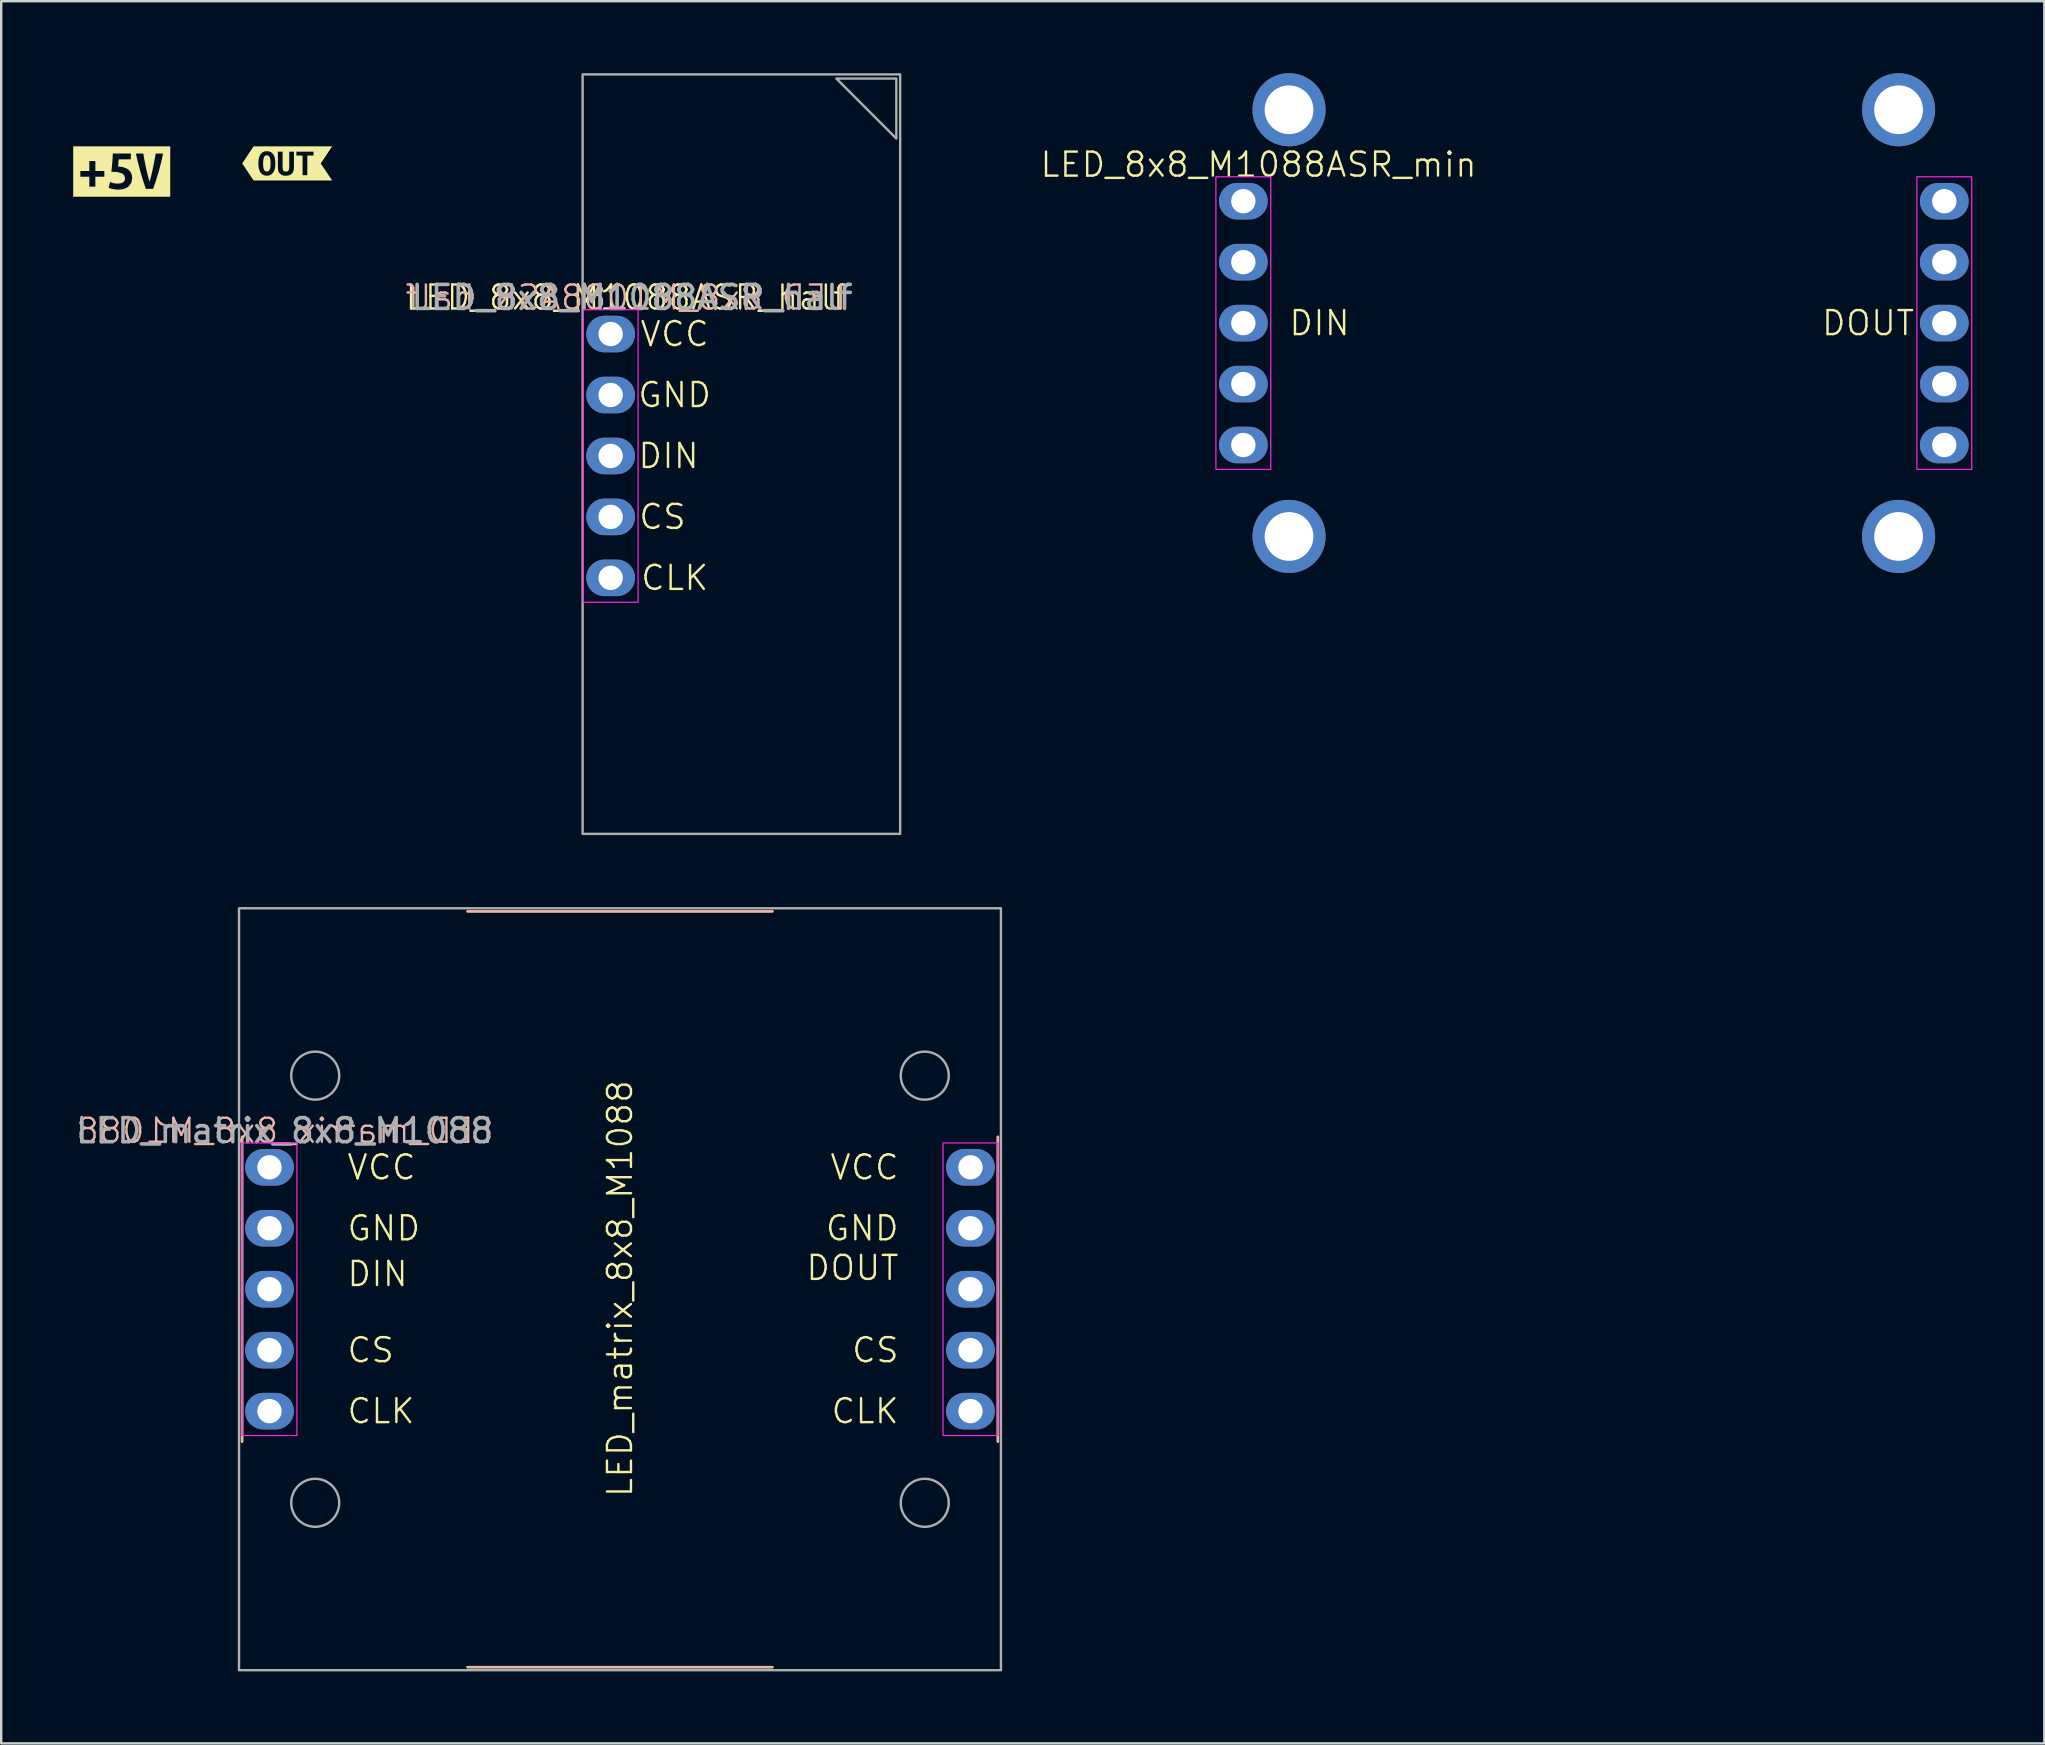
<source format=kicad_pcb>
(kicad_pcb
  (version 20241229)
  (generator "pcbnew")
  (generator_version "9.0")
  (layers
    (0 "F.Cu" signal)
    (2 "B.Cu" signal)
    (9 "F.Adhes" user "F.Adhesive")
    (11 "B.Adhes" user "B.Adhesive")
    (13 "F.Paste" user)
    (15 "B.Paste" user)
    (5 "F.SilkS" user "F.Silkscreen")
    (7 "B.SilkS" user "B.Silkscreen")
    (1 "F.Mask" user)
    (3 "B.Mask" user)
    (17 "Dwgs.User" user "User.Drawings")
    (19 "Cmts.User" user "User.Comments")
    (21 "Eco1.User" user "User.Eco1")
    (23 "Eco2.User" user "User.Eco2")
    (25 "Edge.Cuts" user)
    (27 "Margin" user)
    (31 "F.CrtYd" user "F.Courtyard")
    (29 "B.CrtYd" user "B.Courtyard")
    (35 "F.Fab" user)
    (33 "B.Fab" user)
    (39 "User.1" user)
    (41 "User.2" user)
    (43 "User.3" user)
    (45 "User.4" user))
  (footprint "LED_8x8_M1088ASR_min"
    (layer "F.Cu")
    (at 63.366 10.414)
    (property "Reference" "LED_8x8_M1088ASR_min" (at -13.97 -6.604 0) (unlocked yes) (layer "F.SilkS") (effects (font (size 1 1) (thickness 0.1))))
    (attr smd)
    (fp_rect (start -15.748 -6.096) (end -13.462 6.096) (stroke (width 0.05) (type default)) (fill no) (layer "F.CrtYd"))
    (fp_rect (start 13.462 -6.096) (end 15.748 6.096) (stroke (width 0.05) (type default)) (fill no) (layer "F.CrtYd"))
    (fp_text user "DOUT" (at 11.43 0 0) (unlocked yes) (layer "F.SilkS") (effects (font (size 1 1) (thickness 0.1))))
    (fp_text user "DIN" (at -11.43 0 0) (unlocked yes) (layer "F.SilkS") (effects (font (size 1 1) (thickness 0.1))))
    (pad "" np_thru_hole circle (at -12.7 -8.89) (size 3.048 3.048) (drill 2.032) (layers "*.Cu" "*.Mask"))
    (pad "" np_thru_hole circle (at -12.7 8.89) (size 3.048 3.048) (drill 2.032) (layers "*.Cu" "*.Mask"))
    (pad "" np_thru_hole circle (at 12.7 -8.89) (size 3.048 3.048) (drill 2.032) (layers "*.Cu" "*.Mask"))
    (pad "" np_thru_hole circle (at 12.7 8.89) (size 3.048 3.048) (drill 2.032) (layers "*.Cu" "*.Mask"))
    (pad "CLK" thru_hole oval (at -14.605 5.08 180) (size 2.032 1.524) (drill 1.016) (layers "*.Cu" "*.Mask"))
    (pad "CLK" thru_hole oval (at 14.605 5.08 180) (size 2.032 1.524) (drill 1.016) (layers "*.Cu" "*.Mask"))
    (pad "CS" thru_hole oval (at -14.605 2.54 180) (size 2.032 1.524) (drill 1.016) (layers "*.Cu" "*.Mask"))
    (pad "CS" thru_hole oval (at 14.605 2.54 180) (size 2.032 1.524) (drill 1.016) (layers "*.Cu" "*.Mask"))
    (pad "DIN" thru_hole oval (at -14.605 0 180) (size 2.032 1.524) (drill 1.016) (layers "*.Cu" "*.Mask"))
    (pad "DOUT" thru_hole oval (at 14.605 0 180) (size 2.032 1.524) (drill 1.016) (layers "*.Cu" "*.Mask"))
    (pad "GND" thru_hole oval (at -14.605 -2.54 180) (size 2.032 1.524) (drill 1.016) (layers "*.Cu" "*.Mask"))
    (pad "GND" thru_hole oval (at 14.605 -2.54 180) (size 2.032 1.524) (drill 1.016) (layers "*.Cu" "*.Mask"))
    (pad "VCC" thru_hole oval (at -14.605 -5.08 180) (size 2.032 1.524) (drill 1.016) (layers "*.Cu" "*.Mask"))
    (pad "VCC" thru_hole oval (at 14.605 -5.08 180) (size 2.032 1.524) (drill 1.016) (layers "*.Cu" "*.Mask")))
  (footprint "LED_8x8_M1088ASR_half"
    (layer "F.Cu")
    (at 37.001 15.95)
    (property "Reference" "LED_8x8_M1088ASR_half" (at -13.97 -6.604 0) (unlocked yes) (layer "F.SilkS") (effects (font (size 1 1) (thickness 0.1))))
    (attr smd)
    (fp_rect (start -15.748 -6.096) (end -13.462 6.096) (stroke (width 0.05) (type default)) (fill no) (layer "F.CrtYd"))
    (fp_rect (start -15.773 -15.9) (end -2.54 15.748) (stroke (width 0.1) (type default)) (fill no) (layer "F.Fab"))
    (fp_poly (pts (xy -2.7 -15.728) (xy -2.7 -13.228) (xy -5.2 -15.728)) (stroke (width 0.1) (type solid)) (fill no) (layer "F.Fab"))
    (fp_text user "GND" (at -11.938 -2.54 0) (unlocked yes) (layer "F.SilkS") (effects (font (size 1 1) (thickness 0.1))))
    (fp_text user "CS" (at -12.446 2.54 0) (unlocked yes) (layer "F.SilkS") (effects (font (size 1 1) (thickness 0.1))))
    (fp_text user "CLK" (at -11.938 5.08 0) (unlocked yes) (layer "F.SilkS") (effects (font (size 1 1) (thickness 0.1))))
    (fp_text user "VCC" (at -11.938 -5.08 0) (unlocked yes) (layer "F.SilkS") (effects (font (size 1 1) (thickness 0.1))))
    (fp_text user "DIN" (at -12.192 0 0) (unlocked yes) (layer "F.SilkS") (effects (font (size 1 1) (thickness 0.1))))
    (fp_text user "${REFERENCE}" (at -13.97 -6.604 0) (unlocked yes) (layer "B.SilkS") (effects (font (size 1 1) (thickness 0.1)) (justify mirror)))
    (fp_text user "${REFERENCE}" (at -13.716 -6.604 0) (unlocked yes) (layer "F.Fab") (effects (font (size 1 1) (thickness 0.15))))
    (pad "CLK" thru_hole oval (at -14.605 5.08 180) (size 2.032 1.524) (drill 1.016) (layers "*.Cu" "*.Mask"))
    (pad "CS" thru_hole oval (at -14.605 2.54 180) (size 2.032 1.524) (drill 1.016) (layers "*.Cu" "*.Mask"))
    (pad "DIN" thru_hole oval (at -14.605 0 180) (size 2.032 1.524) (drill 1.016) (layers "*.Cu" "*.Mask"))
    (pad "GND" thru_hole oval (at -14.605 -2.54 180) (size 2.032 1.524) (drill 1.016) (layers "*.Cu" "*.Mask"))
    (pad "VCC" thru_hole oval (at -14.605 -5.08 180) (size 2.032 1.524) (drill 1.016) (layers "*.Cu" "*.Mask")))
  (footprint "kibuzzard-646138D8"
    (layer "F.Cu")
    (at 8.917 3.76)
    (property "Reference" "kibuzzard-646138D8" (at 0 -3.759 0) (layer "F.SilkS") (effects (font (size 0.001 0.001) (thickness 0.15))))
    (attr board_only exclude_from_pos_files exclude_from_bom)
    (fp_poly (pts (xy -1.003 0) (xy -1.001 0.069) (xy -0.997 0.134) (xy -0.975 0.243) (xy -0.928 0.316) (xy -0.847 0.343) (xy -0.767 0.316) (xy -0.719 0.242) (xy -0.697 0.133) (xy -0.693 0.069) (xy -0.691 0) (xy -0.693 -0.069) (xy -0.697 -0.134) (xy -0.719 -0.243) (xy -0.766 -0.316) (xy -0.847 -0.343) (xy -0.928 -0.316) (xy -0.975 -0.242) (xy -0.997 -0.133) (xy -1.001 -0.069) (xy -1.003 0)) (stroke (width 0) (type solid)) (fill yes) (layer "F.SilkS"))
    (fp_poly (pts (xy -1.201 -0.711) (xy -1.399 -0.711) (xy -1.874 0) (xy -1.399 0.711) (xy -1.201 0.711) (xy -0.845 0.711) (xy -0.845 0.513) (xy -0.952 0.498) (xy -1.04 0.455) (xy -1.11 0.383) (xy -1.15 0.311) (xy -1.178 0.223) (xy -1.195 0.119) (xy -1.201 0) (xy -1.195 -0.119) (xy -1.178 -0.223) (xy -1.148 -0.311) (xy -1.107 -0.383) (xy -1.037 -0.455) (xy -0.95 -0.498) (xy -0.847 -0.513) (xy -0.741 -0.498) (xy -0.653 -0.455) (xy -0.584 -0.383) (xy -0.544 -0.311) (xy -0.516 -0.223) (xy -0.499 -0.119) (xy -0.493 0) (xy -0.499 0.119) (xy -0.516 0.223) (xy -0.545 0.311) (xy -0.585 0.383) (xy -0.655 0.455) (xy -0.742 0.498) (xy -0.845 0.513) (xy -0.845 0.711) (xy -0.056 0.711) (xy -0.056 0.513) (xy -0.144 0.506) (xy -0.216 0.487) (xy -0.318 0.411) (xy -0.351 0.357) (xy -0.372 0.292) (xy -0.384 0.218) (xy -0.388 0.137) (xy -0.388 -0.491) (xy -0.191 -0.491) (xy -0.191 0.124) (xy -0.185 0.228) (xy -0.164 0.295) (xy -0.122 0.332) (xy -0.053 0.343) (xy 0.015 0.332) (xy 0.058 0.294) (xy 0.08 0.226) (xy 0.086 0.122) (xy 0.086 -0.491) (xy 0.282 -0.491) (xy 0.282 0.137) (xy 0.278 0.218) (xy 0.266 0.292) (xy 0.244 0.357) (xy 0.21 0.411) (xy 0.164 0.455) (xy 0.105 0.487) (xy 0.032 0.506) (xy -0.056 0.513) (xy -0.056 0.711) (xy 0.839 0.711) (xy 0.839 0.492) (xy 0.642 0.492) (xy 0.642 -0.329) (xy 0.383 -0.329) (xy 0.383 -0.491) (xy 1.098 -0.491) (xy 1.098 -0.329) (xy 0.839 -0.329) (xy 0.839 0.492) (xy 0.839 0.711) (xy 1.201 0.711) (xy 1.399 0.711) (xy 1.874 0.711) (xy 1.399 0) (xy 1.874 -0.711) (xy 1.399 -0.711) (xy 1.201 -0.711) (xy -1.201 -0.711)) (stroke (width 0) (type solid)) (fill yes) (layer "F.SilkS")))
  (footprint "kibuzzard-646130BB"
    (layer "F.Cu")
    (at 2.022 4.099)
    (property "Reference" "kibuzzard-646130BB" (at 0 -4.098 0) (layer "F.SilkS") (effects (font (size 0.001 0.001) (thickness 0.15))))
    (attr board_only exclude_from_pos_files exclude_from_bom)
    (fp_poly (pts (xy -1.724 -1.05) (xy -2.022 -1.05) (xy -2.022 1.05) (xy -1.724 1.05) (xy -1.098 1.05) (xy -1.098 0.631) (xy -1.35 0.631) (xy -1.35 0.217) (xy -1.724 0.217) (xy -1.724 -0.024) (xy -1.35 -0.024) (xy -1.35 -0.438) (xy -1.098 -0.438) (xy -1.098 -0.024) (xy -0.724 -0.024) (xy -0.724 0.217) (xy -1.098 0.217) (xy -1.098 0.631) (xy -1.098 1.05) (xy -0.148 1.05) (xy -0.148 0.752) (xy -0.264 0.745) (xy -0.379 0.727) (xy -0.477 0.702) (xy -0.545 0.676) (xy -0.486 0.433) (xy -0.352 0.481) (xy -0.261 0.497) (xy -0.15 0.502) (xy -0.008 0.483) (xy 0.08 0.435) (xy 0.124 0.367) (xy 0.136 0.288) (xy 0.115 0.175) (xy 0.035 0.087) (xy -0.138 0.03) (xy -0.267 0.015) (xy -0.431 0.01) (xy -0.41 -0.188) (xy -0.393 -0.382) (xy -0.38 -0.571) (xy -0.371 -0.752) (xy 0.381 -0.752) (xy 0.381 -0.51) (xy -0.126 -0.51) (xy -0.138 -0.35) (xy -0.15 -0.214) (xy 0.03 -0.19) (xy 0.177 -0.142) (xy 0.291 -0.071) (xy 0.371 0.022) (xy 0.42 0.138) (xy 0.436 0.276) (xy 0.4 0.466) (xy 0.291 0.617) (xy 0.208 0.674) (xy 0.107 0.717) (xy -0.011 0.744) (xy -0.148 0.752) (xy -0.148 1.05) (xy 1.005 1.05) (xy 1.005 0.722) (xy 0.946 0.546) (xy 0.883 0.35) (xy 0.841 0.212) (xy 0.801 0.074) (xy 0.762 -0.063) (xy 0.725 -0.198) (xy 0.691 -0.328) (xy 0.66 -0.452) (xy 0.62 -0.619) (xy 0.593 -0.752) (xy 0.902 -0.752) (xy 0.92 -0.629) (xy 0.945 -0.487) (xy 0.975 -0.333) (xy 1.008 -0.175) (xy 1.044 -0.015) (xy 1.082 0.142) (xy 1.121 0.29) (xy 1.16 0.421) (xy 1.198 0.291) (xy 1.236 0.144) (xy 1.273 -0.013) (xy 1.307 -0.173) (xy 1.339 -0.331) (xy 1.369 -0.486) (xy 1.395 -0.629) (xy 1.417 -0.752) (xy 1.724 -0.752) (xy 1.692 -0.601) (xy 1.654 -0.433) (xy 1.609 -0.253) (xy 1.559 -0.063) (xy 1.522 0.067) (xy 1.482 0.199) (xy 1.441 0.332) (xy 1.397 0.465) (xy 1.353 0.595) (xy 1.307 0.722) (xy 1.005 0.722) (xy 1.005 1.05) (xy 1.724 1.05) (xy 2.022 1.05) (xy 2.022 -1.05) (xy 1.724 -1.05) (xy -1.724 -1.05)) (stroke (width 0) (type solid)) (fill yes) (layer "F.SilkS")))
  (footprint "LED_matrix_8x8_M1088"
    (layer "F.Cu")
    (at 22.785 50.673)
    (property "Reference" "LED_matrix_8x8_M1088" (at 0 -0.025 90) (unlocked yes) (layer "F.SilkS") (effects (font (size 1 1) (thickness 0.1))))
    (attr smd)
    (fp_line (start -15.748 -6.35) (end -15.748 6.35) (stroke (width 0.1) (type default)) (layer "F.SilkS"))
    (fp_line (start -6.35 -15.748) (end 6.35 -15.748) (stroke (width 0.1) (type default)) (layer "F.SilkS"))
    (fp_line (start -6.35 15.748) (end 6.35 15.748) (stroke (width 0.1) (type default)) (layer "F.SilkS"))
    (fp_line (start 15.748 -6.35) (end 15.748 6.35) (stroke (width 0.1) (type default)) (layer "F.SilkS"))
    (fp_line (start -15.748 6.35) (end -15.748 -6.35) (stroke (width 0.1) (type default)) (layer "B.SilkS"))
    (fp_line (start -6.35 -15.748) (end 6.35 -15.748) (stroke (width 0.1) (type default)) (layer "B.SilkS"))
    (fp_line (start 6.35 15.748) (end -6.35 15.748) (stroke (width 0.1) (type default)) (layer "B.SilkS"))
    (fp_line (start 15.748 -6.35) (end 15.748 6.35) (stroke (width 0.1) (type default)) (layer "B.SilkS"))
    (fp_rect (start -15.748 -6.096) (end -13.462 6.096) (stroke (width 0.05) (type default)) (fill no) (layer "F.CrtYd"))
    (fp_rect (start 13.462 -6.096) (end 15.748 6.096) (stroke (width 0.05) (type default)) (fill no) (layer "F.CrtYd"))
    (fp_rect (start 15.875 15.875) (end -15.875 -15.875) (stroke (width 0.1) (type default)) (fill no) (layer "F.Fab"))
    (fp_circle (center -12.7 -8.9) (end -11.7 -8.9) (stroke (width 0.1) (type default)) (fill no) (layer "F.Fab"))
    (fp_circle (center -12.7 8.9) (end -11.7 8.9) (stroke (width 0.1) (type default)) (fill no) (layer "F.Fab"))
    (fp_circle (center 12.7 -8.9) (end 13.7 -8.9) (stroke (width 0.1) (type default)) (fill no) (layer "F.Fab"))
    (fp_circle (center 12.7 8.9) (end 13.7 8.9) (stroke (width 0.1) (type default)) (fill no) (layer "F.Fab"))
    (fp_text user "VCC" (at -11.43 -5.08 0) (unlocked yes) (layer "F.SilkS") (effects (font (size 1 1) (thickness 0.1)) (justify left)))
    (fp_text user "CLK" (at -11.43 5.08 0) (unlocked yes) (layer "F.SilkS") (effects (font (size 1 1) (thickness 0.1)) (justify left)))
    (fp_text user "VCC" (at 11.684 -5.08 0) (unlocked yes) (layer "F.SilkS") (effects (font (size 1 1) (thickness 0.1)) (justify right)))
    (fp_text user "GND" (at 11.684 -2.54 0) (unlocked yes) (layer "F.SilkS") (effects (font (size 1 1) (thickness 0.1)) (justify right)))
    (fp_text user "CLK" (at 11.684 5.08 0) (unlocked yes) (layer "F.SilkS") (effects (font (size 1 1) (thickness 0.1)) (justify right)))
    (fp_text user "DOUT" (at 11.684 -0.889 0) (unlocked yes) (layer "F.SilkS") (effects (font (size 1 1) (thickness 0.1)) (justify right)))
    (fp_text user "CS" (at -11.43 2.54 0) (unlocked yes) (layer "F.SilkS") (effects (font (size 1 1) (thickness 0.1)) (justify left)))
    (fp_text user "DIN" (at -11.43 -0.635 0) (unlocked yes) (layer "F.SilkS") (effects (font (size 1 1) (thickness 0.1)) (justify left)))
    (fp_text user "CS" (at 11.684 2.54 0) (unlocked yes) (layer "F.SilkS") (effects (font (size 1 1) (thickness 0.1)) (justify right)))
    (fp_text user "GND" (at -11.43 -2.54 0) (unlocked yes) (layer "F.SilkS") (effects (font (size 1 1) (thickness 0.1)) (justify left)))
    (fp_text user "${REFERENCE}" (at -13.97 -6.604 0) (unlocked yes) (layer "B.SilkS") (effects (font (size 1 1) (thickness 0.1)) (justify mirror)))
    (fp_text user "${REFERENCE}" (at -13.97 -6.604 0) (unlocked yes) (layer "F.Fab") (effects (font (size 1 1) (thickness 0.15))))
    (pad "CLK1" thru_hole oval (at -14.605 5.08 180) (size 2.032 1.524) (drill 1.016) (layers "*.Cu" "*.Mask"))
    (pad "CLK2" thru_hole oval (at 14.605 5.08 180) (size 2.032 1.524) (drill 1.016) (layers "*.Cu" "*.Mask"))
    (pad "CS1" thru_hole oval (at -14.605 2.54 180) (size 2.032 1.524) (drill 1.016) (layers "*.Cu" "*.Mask"))
    (pad "CS2" thru_hole oval (at 14.605 2.54 180) (size 2.032 1.524) (drill 1.016) (layers "*.Cu" "*.Mask"))
    (pad "DIN" thru_hole oval (at -14.605 0 180) (size 2.032 1.524) (drill 1.016) (layers "*.Cu" "*.Mask"))
    (pad "DOUT" thru_hole oval (at 14.605 0 180) (size 2.032 1.524) (drill 1.016) (layers "*.Cu" "*.Mask"))
    (pad "GND1" thru_hole oval (at -14.605 -2.54 180) (size 2.032 1.524) (drill 1.016) (layers "*.Cu" "*.Mask"))
    (pad "GND2" thru_hole oval (at 14.605 -2.54 180) (size 2.032 1.524) (drill 1.016) (layers "*.Cu" "*.Mask"))
    (pad "VCC1" thru_hole oval (at -14.605 -5.08 180) (size 2.032 1.524) (drill 1.016) (layers "*.Cu" "*.Mask"))
    (pad "VCC2" thru_hole oval (at 14.605 -5.08 180) (size 2.032 1.524) (drill 1.016) (layers "*.Cu" "*.Mask")))
  (gr_rect
    (start -3 -3)
    (end 82.139 69.598)
    (stroke (width 0.1) (type default))
    (fill no)
    (layer "Edge.Cuts")))
</source>
